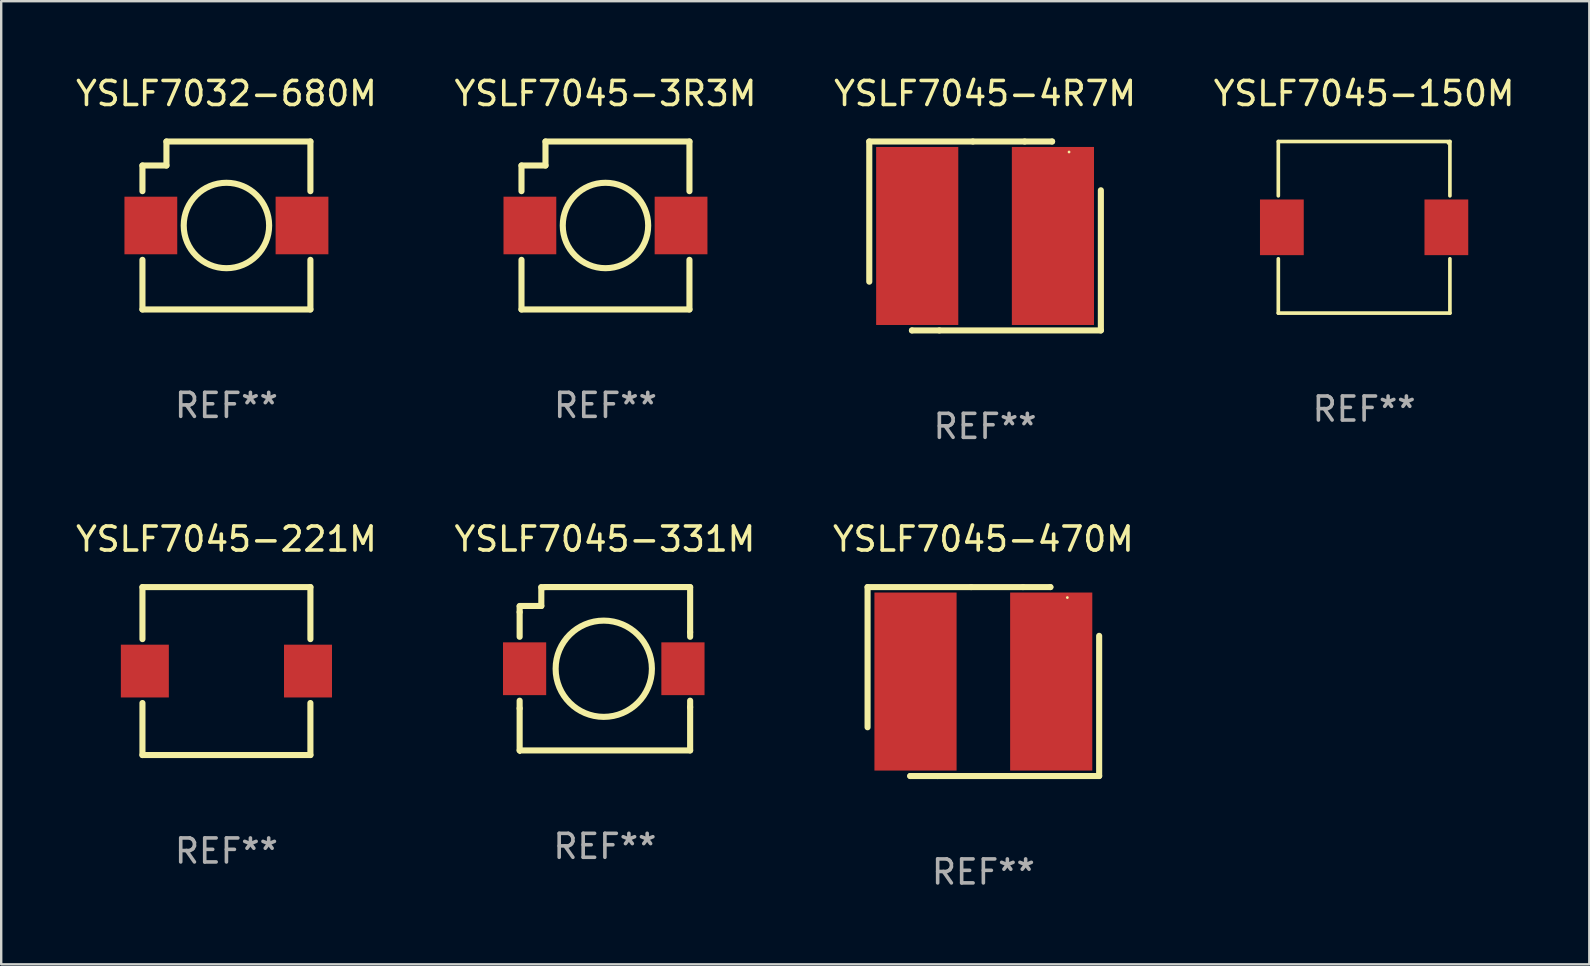
<source format=kicad_pcb>
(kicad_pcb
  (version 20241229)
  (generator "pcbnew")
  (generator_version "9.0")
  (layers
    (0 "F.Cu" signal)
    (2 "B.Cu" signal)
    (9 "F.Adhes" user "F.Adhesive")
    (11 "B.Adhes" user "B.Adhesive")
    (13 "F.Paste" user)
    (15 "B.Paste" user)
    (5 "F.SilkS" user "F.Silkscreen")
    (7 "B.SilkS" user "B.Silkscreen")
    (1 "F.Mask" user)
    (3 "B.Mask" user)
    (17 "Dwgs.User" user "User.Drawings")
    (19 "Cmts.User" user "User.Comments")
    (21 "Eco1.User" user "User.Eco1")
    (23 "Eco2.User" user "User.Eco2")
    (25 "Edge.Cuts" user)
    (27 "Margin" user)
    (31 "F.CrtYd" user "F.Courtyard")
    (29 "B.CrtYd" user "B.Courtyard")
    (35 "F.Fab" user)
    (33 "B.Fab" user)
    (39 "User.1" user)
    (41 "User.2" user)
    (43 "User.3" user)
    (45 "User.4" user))
  (footprint "YSLF7045-3R3M"
    (layer "F.Cu")
    (at 22.185 6.348)
    (property "Reference" "YSLF7045-3R3M" (at 0 -5.5 0) (layer "F.SilkS") (effects (font (size 1 1) (thickness 0.15))))
    (attr through_hole)
    (fp_line (start -3.5 -2.5) (end -3.5 -1.431) (stroke (width 0.254) (type solid)) (layer "F.SilkS"))
    (fp_line (start -3.5 1.431) (end -3.5 3.5) (stroke (width 0.254) (type solid)) (layer "F.SilkS"))
    (fp_line (start -3.5 3.5) (end 3.5 3.5) (stroke (width 0.254) (type solid)) (layer "F.SilkS"))
    (fp_line (start -2.5 -3.5) (end -2.5 -2.5) (stroke (width 0.254) (type solid)) (layer "F.SilkS"))
    (fp_line (start -2.5 -2.5) (end -3.5 -2.5) (stroke (width 0.254) (type solid)) (layer "F.SilkS"))
    (fp_line (start 3.5 -3.5) (end -2.5 -3.5) (stroke (width 0.254) (type solid)) (layer "F.SilkS"))
    (fp_line (start 3.5 -1.431) (end 3.5 -3.5) (stroke (width 0.254) (type solid)) (layer "F.SilkS"))
    (fp_line (start 3.5 3.5) (end 3.5 1.431) (stroke (width 0.254) (type solid)) (layer "F.SilkS"))
    (fp_circle (center -3.5 3.5) (end -3.47 3.5) (stroke (width 0.06) (type solid)) (fill no) (layer "F.SilkS"))
    (fp_circle (center -0.000127 0) (end 1.78 0) (stroke (width 0.254) (type solid)) (fill no) (layer "F.SilkS"))
    (fp_text user "REF**" (at 0 7.5 0) (layer "F.Fab") (effects (font (size 1 1) (thickness 0.15))))
    (pad "1" smd rect (at -3.15 0) (size 2.2 2.4) (layers "F.Cu" "F.Mask" "F.Paste"))
    (pad "2" smd rect (at 3.15 0) (size 2.2 2.4) (layers "F.Cu" "F.Mask" "F.Paste")))
  (footprint "YSLF7045-4R7M"
    (layer "F.Cu")
    (at 38.006 6.785)
    (property "Reference" "YSLF7045-4R7M" (at 0 -5.937 0) (layer "F.SilkS") (effects (font (size 1 1) (thickness 0.15))))
    (attr through_hole)
    (fp_line (start -4.826 -3.937) (end -0.508 -3.937) (stroke (width 0.254) (type solid)) (layer "F.SilkS"))
    (fp_line (start -4.826 1.905) (end -4.826 -3.937) (stroke (width 0.254) (type solid)) (layer "F.SilkS"))
    (fp_line (start -3.048 3.937) (end -3.048 3.937) (stroke (width 0.254) (type solid)) (layer "F.SilkS"))
    (fp_line (start -1.905 3.937) (end -3.048 3.937) (stroke (width 0.254) (type solid)) (layer "F.SilkS"))
    (fp_line (start -0.508 -3.937) (end 1.651 -3.937) (stroke (width 0.254) (type solid)) (layer "F.SilkS"))
    (fp_line (start 1.651 -3.937) (end 2.794 -3.937) (stroke (width 0.254) (type solid)) (layer "F.SilkS"))
    (fp_line (start 2.794 -3.937) (end 2.794 -3.937) (stroke (width 0.254) (type solid)) (layer "F.SilkS"))
    (fp_line (start 4.826 -1.905) (end 4.826 3.937) (stroke (width 0.254) (type solid)) (layer "F.SilkS"))
    (fp_line (start 4.826 3.937) (end -1.905 3.937) (stroke (width 0.254) (type solid)) (layer "F.SilkS"))
    (fp_circle (center 3.5 -3.5) (end 3.53 -3.5) (stroke (width 0.06) (type solid)) (fill no) (layer "F.SilkS"))
    (fp_text user "REF**" (at 0 7.937 0) (layer "F.Fab") (effects (font (size 1 1) (thickness 0.15))))
    (pad "1" smd rect (at 2.828 0) (size 3.424 7.42) (layers "F.Cu" "F.Mask" "F.Paste"))
    (pad "2" smd rect (at -2.828 0) (size 3.424 7.42) (layers "F.Cu" "F.Mask" "F.Paste")))
  (footprint "YSLF7032-680M"
    (layer "F.Cu")
    (at 6.387 6.348)
    (property "Reference" "YSLF7032-680M" (at 0 -5.5 0) (layer "F.SilkS") (effects (font (size 1 1) (thickness 0.15))))
    (attr through_hole)
    (fp_line (start -3.5 -2.5) (end -3.5 -1.431) (stroke (width 0.254) (type solid)) (layer "F.SilkS"))
    (fp_line (start -3.5 1.431) (end -3.5 3.5) (stroke (width 0.254) (type solid)) (layer "F.SilkS"))
    (fp_line (start -3.5 3.5) (end 3.5 3.5) (stroke (width 0.254) (type solid)) (layer "F.SilkS"))
    (fp_line (start -2.5 -3.5) (end -2.5 -2.5) (stroke (width 0.254) (type solid)) (layer "F.SilkS"))
    (fp_line (start -2.5 -2.5) (end -3.5 -2.5) (stroke (width 0.254) (type solid)) (layer "F.SilkS"))
    (fp_line (start 3.5 -3.5) (end -2.5 -3.5) (stroke (width 0.254) (type solid)) (layer "F.SilkS"))
    (fp_line (start 3.5 -1.431) (end 3.5 -3.5) (stroke (width 0.254) (type solid)) (layer "F.SilkS"))
    (fp_line (start 3.5 3.5) (end 3.5 1.431) (stroke (width 0.254) (type solid)) (layer "F.SilkS"))
    (fp_circle (center -3.5 3.5) (end -3.47 3.5) (stroke (width 0.06) (type solid)) (fill no) (layer "F.SilkS"))
    (fp_circle (center -0.000127 0) (end 1.78 0) (stroke (width 0.254) (type solid)) (fill no) (layer "F.SilkS"))
    (fp_text user "REF**" (at 0 7.5 0) (layer "F.Fab") (effects (font (size 1 1) (thickness 0.15))))
    (pad "1" smd rect (at -3.15 0) (size 2.2 2.4) (layers "F.Cu" "F.Mask" "F.Paste"))
    (pad "2" smd rect (at 3.15 0) (size 2.2 2.4) (layers "F.Cu" "F.Mask" "F.Paste")))
  (footprint "YSLF7045-150M"
    (layer "F.Cu")
    (at 53.804 6.424)
    (property "Reference" "YSLF7045-150M" (at 0 -5.576 0) (layer "F.SilkS") (effects (font (size 1 1) (thickness 0.15))))
    (attr through_hole)
    (fp_line (start -3.576 -3.576) (end 3.576 -3.576) (stroke (width 0.152) (type solid)) (layer "F.SilkS"))
    (fp_line (start -3.576 -1.312) (end -3.576 -3.576) (stroke (width 0.152) (type solid)) (layer "F.SilkS"))
    (fp_line (start -3.576 1.312) (end -3.576 3.576) (stroke (width 0.152) (type solid)) (layer "F.SilkS"))
    (fp_line (start -3.576 3.576) (end 3.576 3.576) (stroke (width 0.152) (type solid)) (layer "F.SilkS"))
    (fp_line (start 3.576 -3.576) (end 3.576 -1.312) (stroke (width 0.152) (type solid)) (layer "F.SilkS"))
    (fp_line (start 3.576 3.576) (end 3.576 1.312) (stroke (width 0.152) (type solid)) (layer "F.SilkS"))
    (fp_circle (center 3.5 -3.5) (end 3.53 -3.5) (stroke (width 0.06) (type solid)) (fill no) (layer "F.SilkS"))
    (fp_text user "REF**" (at 0 7.576 0) (layer "F.Fab") (effects (font (size 1 1) (thickness 0.15))))
    (pad "1" smd rect (at 3.428 0) (size 1.824 2.32) (layers "F.Cu" "F.Mask" "F.Paste"))
    (pad "2" smd rect (at -3.428 0) (size 1.824 2.32) (layers "F.Cu" "F.Mask" "F.Paste")))
  (footprint "YSLF7045-470M"
    (layer "F.Cu")
    (at 37.935 25.356)
    (property "Reference" "YSLF7045-470M" (at 0 -5.937 0) (layer "F.SilkS") (effects (font (size 1 1) (thickness 0.15))))
    (attr through_hole)
    (fp_line (start -4.826 -3.937) (end -0.508 -3.937) (stroke (width 0.254) (type solid)) (layer "F.SilkS"))
    (fp_line (start -4.826 1.905) (end -4.826 -3.937) (stroke (width 0.254) (type solid)) (layer "F.SilkS"))
    (fp_line (start -3.048 3.937) (end -3.048 3.937) (stroke (width 0.254) (type solid)) (layer "F.SilkS"))
    (fp_line (start -1.905 3.937) (end -3.048 3.937) (stroke (width 0.254) (type solid)) (layer "F.SilkS"))
    (fp_line (start -0.508 -3.937) (end 1.651 -3.937) (stroke (width 0.254) (type solid)) (layer "F.SilkS"))
    (fp_line (start 1.651 -3.937) (end 2.794 -3.937) (stroke (width 0.254) (type solid)) (layer "F.SilkS"))
    (fp_line (start 2.794 -3.937) (end 2.794 -3.937) (stroke (width 0.254) (type solid)) (layer "F.SilkS"))
    (fp_line (start 4.826 -1.905) (end 4.826 3.937) (stroke (width 0.254) (type solid)) (layer "F.SilkS"))
    (fp_line (start 4.826 3.937) (end -1.905 3.937) (stroke (width 0.254) (type solid)) (layer "F.SilkS"))
    (fp_circle (center 3.5 -3.5) (end 3.53 -3.5) (stroke (width 0.06) (type solid)) (fill no) (layer "F.SilkS"))
    (fp_text user "REF**" (at 0 7.937 0) (layer "F.Fab") (effects (font (size 1 1) (thickness 0.15))))
    (pad "1" smd rect (at 2.828 0) (size 3.424 7.42) (layers "F.Cu" "F.Mask" "F.Paste"))
    (pad "2" smd rect (at -2.828 0) (size 3.424 7.42) (layers "F.Cu" "F.Mask" "F.Paste")))
  (footprint "YSLF7045-221M"
    (layer "F.Cu")
    (at 6.387 24.919)
    (property "Reference" "YSLF7045-221M" (at 0 -5.5 0) (layer "F.SilkS") (effects (font (size 1 1) (thickness 0.15))))
    (attr through_hole)
    (fp_line (start -3.5 -3.5) (end -3.5 -1.331) (stroke (width 0.254) (type solid)) (layer "F.SilkS"))
    (fp_line (start -3.5 -3.5) (end 3.5 -3.5) (stroke (width 0.254) (type solid)) (layer "F.SilkS"))
    (fp_line (start -3.5 1.331) (end -3.5 3.5) (stroke (width 0.254) (type solid)) (layer "F.SilkS"))
    (fp_line (start -3.5 3.5) (end 3.5 3.5) (stroke (width 0.254) (type solid)) (layer "F.SilkS"))
    (fp_line (start 3.5 -1.331) (end 3.5 -3.5) (stroke (width 0.254) (type solid)) (layer "F.SilkS"))
    (fp_line (start 3.5 3.5) (end 3.5 1.331) (stroke (width 0.254) (type solid)) (layer "F.SilkS"))
    (fp_circle (center -3.5 3.5) (end -3.47 3.5) (stroke (width 0.06) (type solid)) (fill no) (layer "F.SilkS"))
    (fp_text user "REF**" (at 0 7.5 0) (layer "F.Fab") (effects (font (size 1 1) (thickness 0.15))))
    (pad "1" smd rect (at -3.4 0) (size 2 2.2) (layers "F.Cu" "F.Mask" "F.Paste"))
    (pad "2" smd rect (at 3.4 0) (size 2 2.2) (layers "F.Cu" "F.Mask" "F.Paste")))
  (footprint "YSLF7045-331M"
    (layer "F.Cu")
    (at 22.161 24.822)
    (property "Reference" "YSLF7045-331M" (at 0 -5.404 0) (layer "F.SilkS") (effects (font (size 1 1) (thickness 0.15))))
    (attr through_hole)
    (fp_line (start -3.553 -2.362) (end -3.553 -2.6) (stroke (width 0.254) (type solid)) (layer "F.SilkS"))
    (fp_line (start -3.553 -2.362) (end -3.553 -1.331) (stroke (width 0.254) (type solid)) (layer "F.SilkS"))
    (fp_line (start -3.553 1.331) (end -3.553 1.651) (stroke (width 0.254) (type solid)) (layer "F.SilkS"))
    (fp_line (start -3.553 3.404) (end -3.553 1.651) (stroke (width 0.254) (type solid)) (layer "F.SilkS"))
    (fp_line (start -2.65 -3.4) (end -2.511 -3.4) (stroke (width 0.254) (type solid)) (layer "F.SilkS"))
    (fp_line (start -2.65 -2.616) (end -3.553 -2.616) (stroke (width 0.254) (type solid)) (layer "F.SilkS"))
    (fp_line (start -2.65 -2.616) (end -2.65 -3.4) (stroke (width 0.254) (type solid)) (layer "F.SilkS"))
    (fp_line (start -2.511 -3.404) (end 3.553 -3.404) (stroke (width 0.254) (type solid)) (layer "F.SilkS"))
    (fp_line (start 3.553 -3.4) (end 3.553 -1.524) (stroke (width 0.254) (type solid)) (layer "F.SilkS"))
    (fp_line (start 3.553 -1.331) (end 3.553 -1.524) (stroke (width 0.254) (type solid)) (layer "F.SilkS"))
    (fp_line (start 3.553 1.6) (end 3.553 1.331) (stroke (width 0.254) (type solid)) (layer "F.SilkS"))
    (fp_line (start 3.553 1.6) (end 3.553 3.404) (stroke (width 0.254) (type solid)) (layer "F.SilkS"))
    (fp_line (start 3.553 3.404) (end -3.553 3.404) (stroke (width 0.254) (type solid)) (layer "F.SilkS"))
    (fp_circle (center -3.547 3.5) (end -3.517 3.5) (stroke (width 0.06) (type solid)) (fill no) (layer "F.SilkS"))
    (fp_circle (center -0.047 0) (end 1.959 0) (stroke (width 0.254) (type solid)) (fill no) (layer "F.SilkS"))
    (fp_text user "REF**" (at 0 7.404 0) (layer "F.Fab") (effects (font (size 1 1) (thickness 0.15))))
    (pad "1" smd rect (at -3.347 0) (size 1.8 2.2) (layers "F.Cu" "F.Mask" "F.Paste"))
    (pad "2" smd rect (at 3.253 0) (size 1.8 2.2) (layers "F.Cu" "F.Mask" "F.Paste")))
  (gr_rect
    (start -3 -3)
    (end 63.19 37.141)
    (stroke (width 0.1) (type default))
    (fill no)
    (layer "Edge.Cuts")))
</source>
